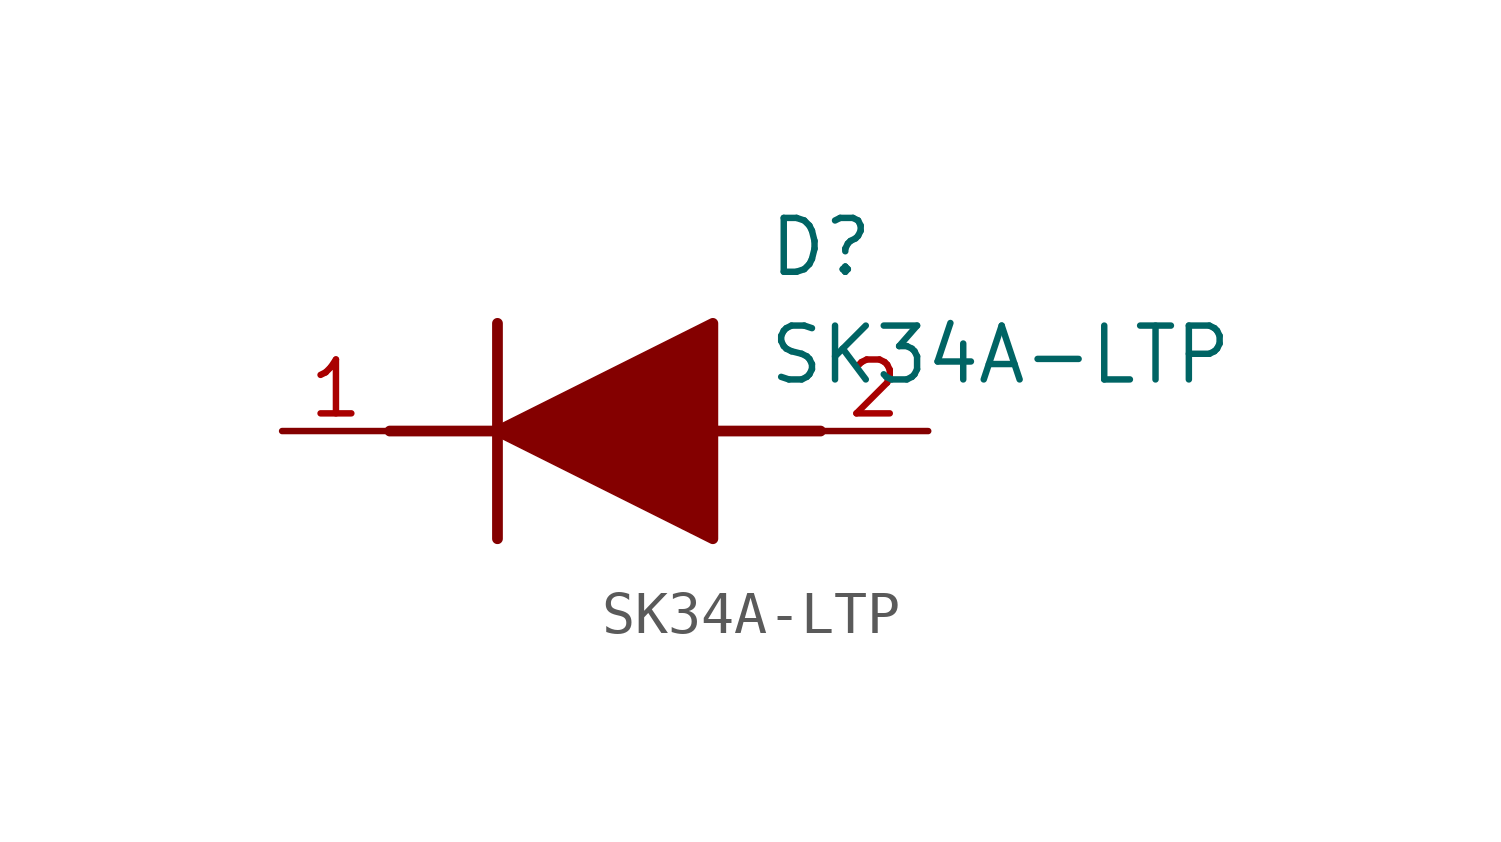
<source format=kicad_sym>
(kicad_symbol_lib
  (version 20211014)
  (generator SamacSys_ECAD_Model)
  (symbol "SK34A-LTP"
    (pin_names hide)
    (property "Reference" "D"
      (at 11.43 5.08 0)
      (effects (font (size 1.27 1.27)) (justify left top)))
    (property "Value" "SK34A-LTP"
      (at 11.43 2.54 0)
      (effects (font (size 1.27 1.27)) (justify left top)))
    (polyline
      (pts (xy 5.08 2.54) (xy 5.08 -2.54))
      (stroke (width 0.254) (type default))
      (fill (type none)))
    (polyline
      (pts (xy 2.54 0) (xy 5.08 0))
      (stroke (width 0.254) (type default))
      (fill (type none)))
    (polyline
      (pts (xy 10.16 0) (xy 12.7 0))
      (stroke (width 0.254) (type default))
      (fill (type none)))
    (polyline
      (pts (xy 5.08 0) (xy 10.16 2.54) (xy 10.16 -2.54) (xy 5.08 0))
      (stroke (width 0.254) (type default))
      (fill (type outline)))
    (pin passive line
      (at 0 0 0)
      (length 2.54)
      (name "K" (effects (font (size 1.27 1.27))))
      (number "1" (effects (font (size 1.27 1.27)))))
    (pin passive line
      (at 15.24 0 180)
      (length 2.54)
      (name "A" (effects (font (size 1.27 1.27))))
      (number "2" (effects (font (size 1.27 1.27)))))))
</source>
